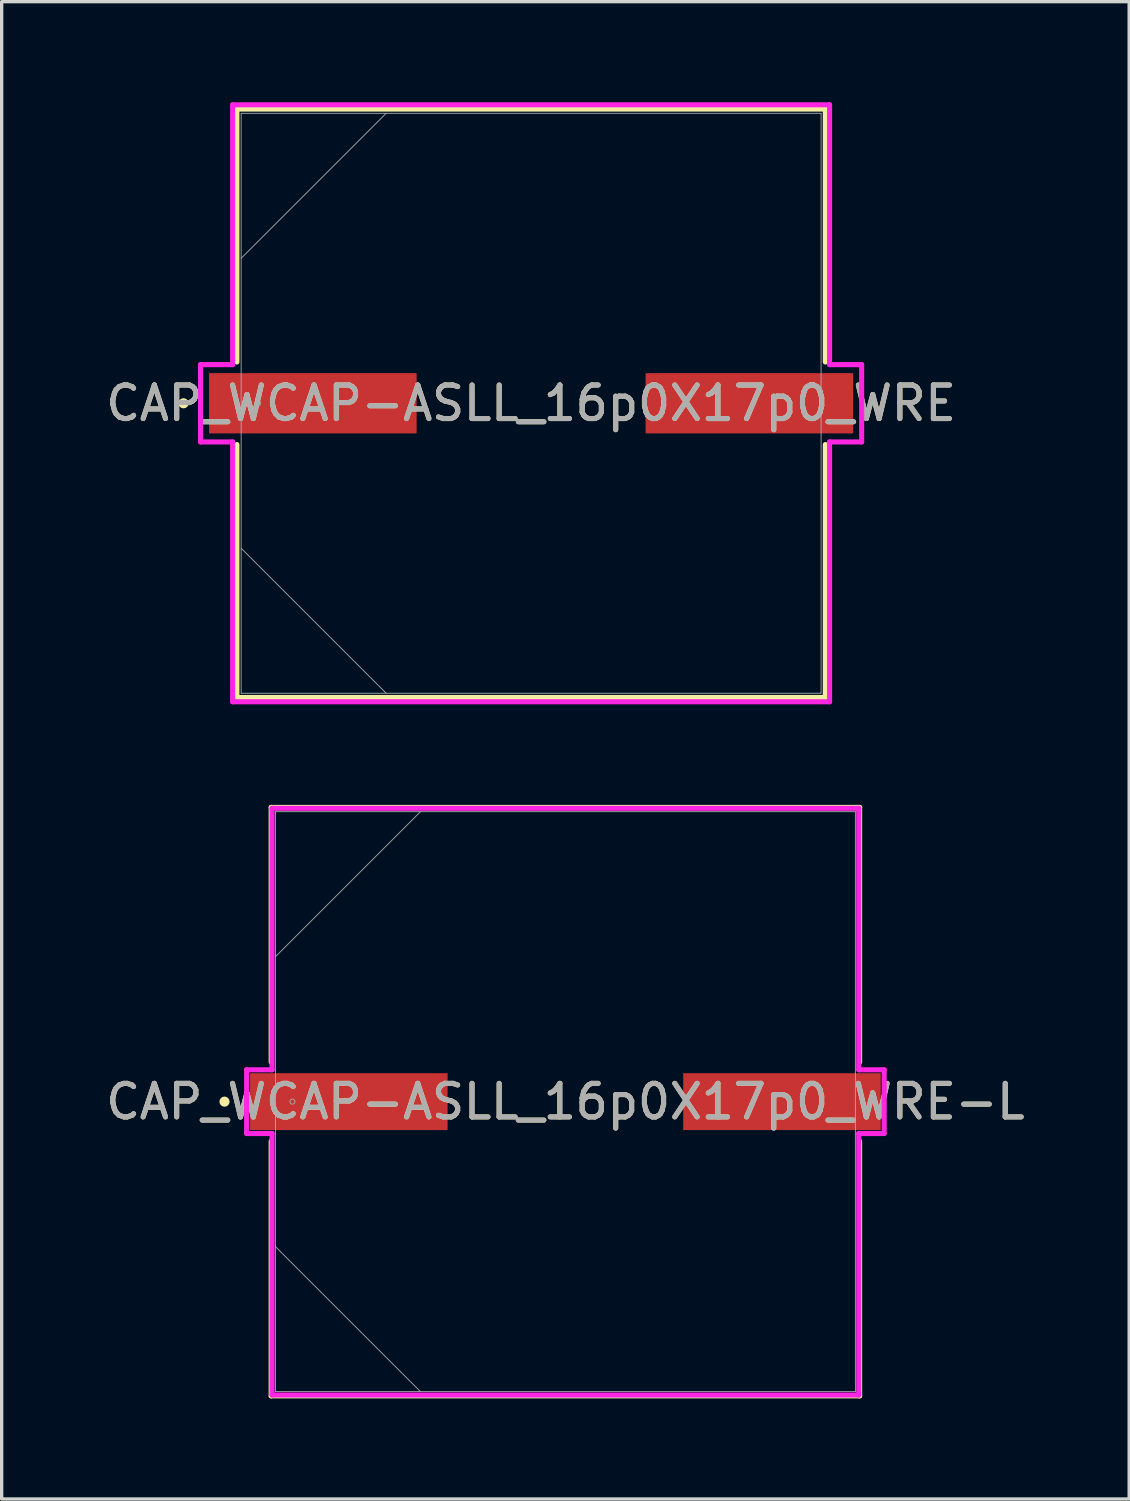
<source format=kicad_pcb>
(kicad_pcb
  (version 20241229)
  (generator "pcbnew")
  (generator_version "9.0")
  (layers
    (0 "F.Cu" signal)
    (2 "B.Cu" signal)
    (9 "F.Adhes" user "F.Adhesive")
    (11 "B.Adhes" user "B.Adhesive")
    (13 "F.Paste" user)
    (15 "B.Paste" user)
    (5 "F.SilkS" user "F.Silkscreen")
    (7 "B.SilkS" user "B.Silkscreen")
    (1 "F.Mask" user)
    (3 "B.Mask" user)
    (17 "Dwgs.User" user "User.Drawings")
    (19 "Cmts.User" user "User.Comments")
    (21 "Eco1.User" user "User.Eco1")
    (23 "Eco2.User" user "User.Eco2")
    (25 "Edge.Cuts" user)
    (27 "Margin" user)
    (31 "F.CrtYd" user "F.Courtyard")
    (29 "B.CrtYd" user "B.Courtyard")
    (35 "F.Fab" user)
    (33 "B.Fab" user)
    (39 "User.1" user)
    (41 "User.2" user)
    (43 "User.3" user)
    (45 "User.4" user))
  (footprint "CAP_WCAP-ASLL_16p0X17p0_WRE"
    (layer "F.Cu")
    (at 12.792 8.979)
    (property "Reference" "CAP_WCAP-ASLL_16p0X17p0_WRE" (at 0 0 0) (unlocked yes) (layer "F.SilkS") (effects (font (size 1 1) (thickness 0.15))))
    (attr smd)
    (fp_line (start -8.776 -8.776) (end -8.776 -1.231) (stroke (width 0.152) (type solid)) (layer "F.SilkS"))
    (fp_line (start -8.776 1.231) (end -8.776 8.776) (stroke (width 0.152) (type solid)) (layer "F.SilkS"))
    (fp_line (start -8.776 8.776) (end 8.776 8.776) (stroke (width 0.152) (type solid)) (layer "F.SilkS"))
    (fp_line (start 8.776 -8.776) (end -8.776 -8.776) (stroke (width 0.152) (type solid)) (layer "F.SilkS"))
    (fp_line (start 8.776 -1.231) (end 8.776 -8.776) (stroke (width 0.152) (type solid)) (layer "F.SilkS"))
    (fp_line (start 8.776 8.776) (end 8.776 1.231) (stroke (width 0.152) (type solid)) (layer "F.SilkS"))
    (fp_circle (center -10.368 0) (end -10.292 0) (stroke (width 0.152) (type solid)) (fill no) (layer "F.SilkS"))
    (fp_line (start -9.86 -1.153) (end -8.903 -1.153) (stroke (width 0.152) (type solid)) (layer "F.CrtYd"))
    (fp_line (start -9.86 1.153) (end -9.86 -1.153) (stroke (width 0.152) (type solid)) (layer "F.CrtYd"))
    (fp_line (start -8.903 -8.903) (end 8.903 -8.903) (stroke (width 0.152) (type solid)) (layer "F.CrtYd"))
    (fp_line (start -8.903 -1.153) (end -8.903 -8.903) (stroke (width 0.152) (type solid)) (layer "F.CrtYd"))
    (fp_line (start -8.903 1.153) (end -9.86 1.153) (stroke (width 0.152) (type solid)) (layer "F.CrtYd"))
    (fp_line (start -8.903 8.903) (end -8.903 1.153) (stroke (width 0.152) (type solid)) (layer "F.CrtYd"))
    (fp_line (start 8.903 -8.903) (end 8.903 -1.153) (stroke (width 0.152) (type solid)) (layer "F.CrtYd"))
    (fp_line (start 8.903 -1.153) (end 9.86 -1.153) (stroke (width 0.152) (type solid)) (layer "F.CrtYd"))
    (fp_line (start 8.903 1.153) (end 8.903 8.903) (stroke (width 0.152) (type solid)) (layer "F.CrtYd"))
    (fp_line (start 8.903 8.903) (end -8.903 8.903) (stroke (width 0.152) (type solid)) (layer "F.CrtYd"))
    (fp_line (start 9.86 -1.153) (end 9.86 1.153) (stroke (width 0.152) (type solid)) (layer "F.CrtYd"))
    (fp_line (start 9.86 1.153) (end 8.903 1.153) (stroke (width 0.152) (type solid)) (layer "F.CrtYd"))
    (fp_line (start -8.649 -8.649) (end -8.649 8.649) (stroke (width 0.025) (type solid)) (layer "F.Fab"))
    (fp_line (start -8.649 -4.324) (end -4.324 -8.649) (stroke (width 0.025) (type solid)) (layer "F.Fab"))
    (fp_line (start -8.649 4.324) (end -4.324 8.649) (stroke (width 0.025) (type solid)) (layer "F.Fab"))
    (fp_line (start -8.649 8.649) (end 8.649 8.649) (stroke (width 0.025) (type solid)) (layer "F.Fab"))
    (fp_line (start 8.649 -8.649) (end -8.649 -8.649) (stroke (width 0.025) (type solid)) (layer "F.Fab"))
    (fp_line (start 8.649 8.649) (end 8.649 -8.649) (stroke (width 0.025) (type solid)) (layer "F.Fab"))
    (fp_circle (center -8.141 0) (end -8.065 0) (stroke (width 0.025) (type solid)) (fill no) (layer "F.Fab"))
    (fp_text user "${REFERENCE}" (at 0 0 0) (unlocked yes) (layer "F.Fab") (effects (font (size 1 1) (thickness 0.15))))
    (pad "1" smd rect (at -6.51 0) (size 6.191 1.797) (layers "F.Cu" "F.Mask" "F.Paste"))
    (pad "2" smd rect (at 6.51 0) (size 6.191 1.797) (layers "F.Cu" "F.Mask" "F.Paste")))
  (footprint "CAP_WCAP-ASLL_16p0X17p0_WRE-L"
    (layer "F.Cu")
    (at 13.815 29.81)
    (property "Reference" "CAP_WCAP-ASLL_16p0X17p0_WRE-L" (at 0 0 0) (unlocked yes) (layer "F.SilkS") (effects (font (size 1 1) (thickness 0.15))))
    (attr smd)
    (fp_line (start -8.776 -8.776) (end -8.776 -1.181) (stroke (width 0.152) (type solid)) (layer "F.SilkS"))
    (fp_line (start -8.776 1.181) (end -8.776 8.776) (stroke (width 0.152) (type solid)) (layer "F.SilkS"))
    (fp_line (start -8.776 8.776) (end 8.776 8.776) (stroke (width 0.152) (type solid)) (layer "F.SilkS"))
    (fp_line (start 8.776 -8.776) (end -8.776 -8.776) (stroke (width 0.152) (type solid)) (layer "F.SilkS"))
    (fp_line (start 8.776 -1.181) (end 8.776 -8.776) (stroke (width 0.152) (type solid)) (layer "F.SilkS"))
    (fp_line (start 8.776 8.776) (end 8.776 1.181) (stroke (width 0.152) (type solid)) (layer "F.SilkS"))
    (fp_circle (center -10.168 0) (end -10.092 0) (stroke (width 0.152) (type solid)) (fill no) (layer "F.SilkS"))
    (fp_line (start -9.508 -0.95) (end -8.75 -0.95) (stroke (width 0.152) (type solid)) (layer "F.CrtYd"))
    (fp_line (start -9.508 0.95) (end -9.508 -0.95) (stroke (width 0.152) (type solid)) (layer "F.CrtYd"))
    (fp_line (start -8.75 -8.75) (end 8.75 -8.75) (stroke (width 0.152) (type solid)) (layer "F.CrtYd"))
    (fp_line (start -8.75 -0.95) (end -8.75 -8.75) (stroke (width 0.152) (type solid)) (layer "F.CrtYd"))
    (fp_line (start -8.75 0.95) (end -9.508 0.95) (stroke (width 0.152) (type solid)) (layer "F.CrtYd"))
    (fp_line (start -8.75 8.75) (end -8.75 0.95) (stroke (width 0.152) (type solid)) (layer "F.CrtYd"))
    (fp_line (start 8.75 -8.75) (end 8.75 -0.95) (stroke (width 0.152) (type solid)) (layer "F.CrtYd"))
    (fp_line (start 8.75 -0.95) (end 9.508 -0.95) (stroke (width 0.152) (type solid)) (layer "F.CrtYd"))
    (fp_line (start 8.75 0.95) (end 8.75 8.75) (stroke (width 0.152) (type solid)) (layer "F.CrtYd"))
    (fp_line (start 8.75 8.75) (end -8.75 8.75) (stroke (width 0.152) (type solid)) (layer "F.CrtYd"))
    (fp_line (start 9.508 -0.95) (end 9.508 0.95) (stroke (width 0.152) (type solid)) (layer "F.CrtYd"))
    (fp_line (start 9.508 0.95) (end 8.75 0.95) (stroke (width 0.152) (type solid)) (layer "F.CrtYd"))
    (fp_line (start -8.649 -8.649) (end -8.649 8.649) (stroke (width 0.025) (type solid)) (layer "F.Fab"))
    (fp_line (start -8.649 -4.324) (end -4.324 -8.649) (stroke (width 0.025) (type solid)) (layer "F.Fab"))
    (fp_line (start -8.649 4.324) (end -4.324 8.649) (stroke (width 0.025) (type solid)) (layer "F.Fab"))
    (fp_line (start -8.649 8.649) (end 8.649 8.649) (stroke (width 0.025) (type solid)) (layer "F.Fab"))
    (fp_line (start 8.649 -8.649) (end -8.649 -8.649) (stroke (width 0.025) (type solid)) (layer "F.Fab"))
    (fp_line (start 8.649 8.649) (end 8.649 -8.649) (stroke (width 0.025) (type solid)) (layer "F.Fab"))
    (fp_circle (center -8.141 0) (end -8.065 0) (stroke (width 0.025) (type solid)) (fill no) (layer "F.Fab"))
    (fp_text user "${REFERENCE}" (at 0 0 0) (unlocked yes) (layer "F.Fab") (effects (font (size 1 1) (thickness 0.15))))
    (pad "1" smd rect (at -6.46 0) (size 5.891 1.697) (layers "F.Cu" "F.Mask" "F.Paste"))
    (pad "2" smd rect (at 6.46 0) (size 5.891 1.697) (layers "F.Cu" "F.Mask" "F.Paste"))
    (zone (net_name "") (layer "F.Cu") (hatch full 0.508) (connect_pads) (min_thickness 0.254) (filled_areas_thickness no) (keepout (tracks not_allowed) (vias not_allowed) (pads allowed) (copperpour not_allowed) (footprints allowed)) (placement (enabled no)) (fill) (polygon (pts (xy 5.218 21.212) (xy 22.413 21.212) (xy 22.413 28.91) (xy 5.218 28.91))))
    (zone (net_name "") (layer "F.Cu") (hatch full 0.508) (connect_pads) (min_thickness 0.254) (filled_areas_thickness no) (keepout (tracks not_allowed) (vias not_allowed) (pads allowed) (copperpour not_allowed) (footprints allowed)) (placement (enabled no)) (fill) (polygon (pts (xy 5.218 30.709) (xy 22.413 30.709) (xy 22.413 38.408) (xy 5.218 38.408))))
    (zone (net_name "") (layer "F.Cu") (hatch full 0.508) (connect_pads) (min_thickness 0.254) (filled_areas_thickness no) (keepout (tracks not_allowed) (vias not_allowed) (pads allowed) (copperpour not_allowed) (footprints allowed)) (placement (enabled no)) (fill) (polygon (pts (xy 10.352 28.91) (xy 17.279 28.91) (xy 17.279 30.709) (xy 10.352 30.709)))))
  (gr_rect
    (start -3 -3)
    (end 30.631 41.662)
    (stroke (width 0.1) (type default))
    (fill no)
    (layer "Edge.Cuts")))
</source>
